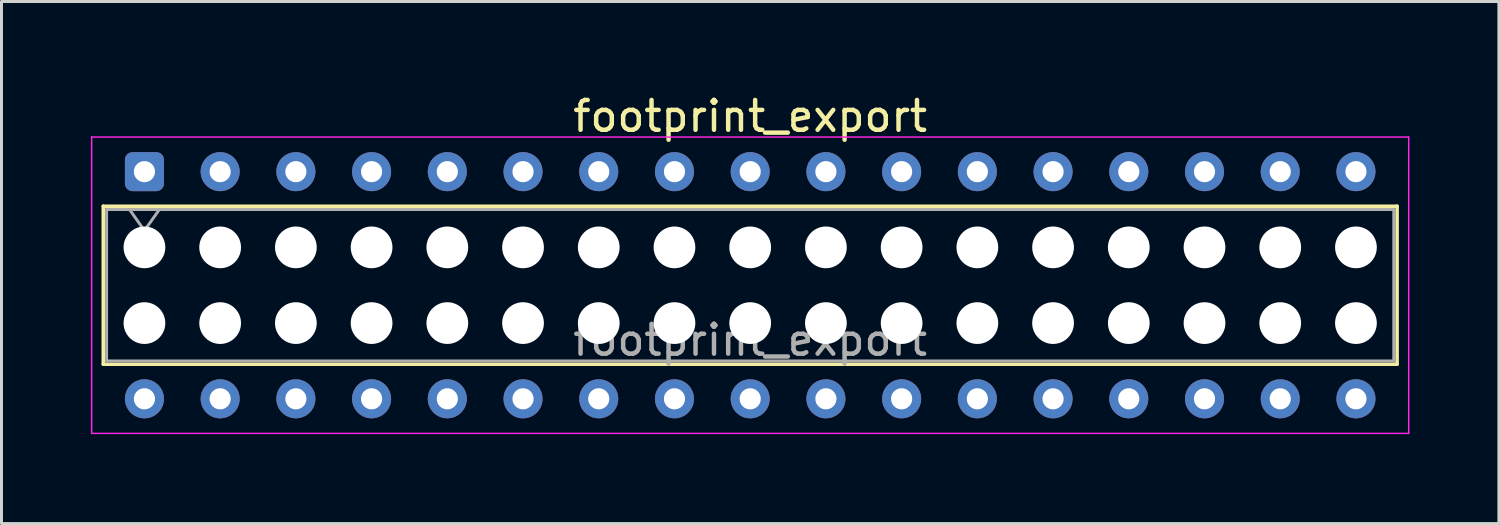
<source format=kicad_pcb>
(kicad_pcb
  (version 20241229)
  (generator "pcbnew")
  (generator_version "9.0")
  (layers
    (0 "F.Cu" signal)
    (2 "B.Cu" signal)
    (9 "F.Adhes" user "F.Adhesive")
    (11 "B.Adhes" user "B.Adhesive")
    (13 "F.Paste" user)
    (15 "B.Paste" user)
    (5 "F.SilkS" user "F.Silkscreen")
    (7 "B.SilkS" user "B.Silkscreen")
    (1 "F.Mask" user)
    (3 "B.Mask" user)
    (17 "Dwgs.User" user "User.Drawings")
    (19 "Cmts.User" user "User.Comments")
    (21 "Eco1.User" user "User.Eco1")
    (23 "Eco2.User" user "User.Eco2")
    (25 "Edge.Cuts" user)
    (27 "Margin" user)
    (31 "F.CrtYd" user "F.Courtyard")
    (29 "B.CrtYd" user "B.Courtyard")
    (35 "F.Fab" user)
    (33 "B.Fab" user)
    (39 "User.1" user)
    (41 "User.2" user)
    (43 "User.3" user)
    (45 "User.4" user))
  (footprint "footprint_export"
    (layer "F.Cu")
    (at 1.795 2.708)
    (property "Reference" "footprint_export" (at 20.32 -1.86 0) (layer "F.SilkS") (effects (font (size 1 1) (thickness 0.15))))
    (attr through_hole)
    (fp_line (start -1.38 1.16) (end 42.02 1.16) (stroke (width 0.12) (type solid)) (layer "F.SilkS"))
    (fp_line (start -1.38 6.46) (end -1.38 1.16) (stroke (width 0.12) (type solid)) (layer "F.SilkS"))
    (fp_line (start 42.02 1.16) (end 42.02 6.46) (stroke (width 0.12) (type solid)) (layer "F.SilkS"))
    (fp_line (start 42.02 6.46) (end -1.38 6.46) (stroke (width 0.12) (type solid)) (layer "F.SilkS"))
    (fp_line (start -1.77 -1.16) (end 42.41 -1.16) (stroke (width 0.05) (type solid)) (layer "F.CrtYd"))
    (fp_line (start -1.77 8.78) (end -1.77 -1.16) (stroke (width 0.05) (type solid)) (layer "F.CrtYd"))
    (fp_line (start 42.41 -1.16) (end 42.41 8.78) (stroke (width 0.05) (type solid)) (layer "F.CrtYd"))
    (fp_line (start 42.41 8.78) (end -1.77 8.78) (stroke (width 0.05) (type solid)) (layer "F.CrtYd"))
    (fp_line (start -1.27 1.27) (end 41.91 1.27) (stroke (width 0.1) (type solid)) (layer "F.Fab"))
    (fp_line (start -1.27 6.35) (end -1.27 1.27) (stroke (width 0.1) (type solid)) (layer "F.Fab"))
    (fp_line (start -0.5 1.27) (end 0 1.977) (stroke (width 0.1) (type solid)) (layer "F.Fab"))
    (fp_line (start 0 1.977) (end 0.5 1.27) (stroke (width 0.1) (type solid)) (layer "F.Fab"))
    (fp_line (start 41.91 1.27) (end 41.91 6.35) (stroke (width 0.1) (type solid)) (layer "F.Fab"))
    (fp_line (start 41.91 6.35) (end -1.27 6.35) (stroke (width 0.1) (type solid)) (layer "F.Fab"))
    (fp_text user "${REFERENCE}" (at 20.32 5.65 0) (layer "F.Fab") (effects (font (size 1 1) (thickness 0.15))))
    (pad "" np_thru_hole circle (at 0 2.54) (size 1.4 1.4) (drill 1.4) (layers "*.Cu" "*.Mask"))
    (pad "" np_thru_hole circle (at 0 5.08) (size 1.4 1.4) (drill 1.4) (layers "*.Cu" "*.Mask"))
    (pad "" np_thru_hole circle (at 2.54 2.54) (size 1.4 1.4) (drill 1.4) (layers "*.Cu" "*.Mask"))
    (pad "" np_thru_hole circle (at 2.54 5.08) (size 1.4 1.4) (drill 1.4) (layers "*.Cu" "*.Mask"))
    (pad "" np_thru_hole circle (at 5.08 2.54) (size 1.4 1.4) (drill 1.4) (layers "*.Cu" "*.Mask"))
    (pad "" np_thru_hole circle (at 5.08 5.08) (size 1.4 1.4) (drill 1.4) (layers "*.Cu" "*.Mask"))
    (pad "" np_thru_hole circle (at 7.62 2.54) (size 1.4 1.4) (drill 1.4) (layers "*.Cu" "*.Mask"))
    (pad "" np_thru_hole circle (at 7.62 5.08) (size 1.4 1.4) (drill 1.4) (layers "*.Cu" "*.Mask"))
    (pad "" np_thru_hole circle (at 10.16 2.54) (size 1.4 1.4) (drill 1.4) (layers "*.Cu" "*.Mask"))
    (pad "" np_thru_hole circle (at 10.16 5.08) (size 1.4 1.4) (drill 1.4) (layers "*.Cu" "*.Mask"))
    (pad "" np_thru_hole circle (at 12.7 2.54) (size 1.4 1.4) (drill 1.4) (layers "*.Cu" "*.Mask"))
    (pad "" np_thru_hole circle (at 12.7 5.08) (size 1.4 1.4) (drill 1.4) (layers "*.Cu" "*.Mask"))
    (pad "" np_thru_hole circle (at 15.24 2.54) (size 1.4 1.4) (drill 1.4) (layers "*.Cu" "*.Mask"))
    (pad "" np_thru_hole circle (at 15.24 5.08) (size 1.4 1.4) (drill 1.4) (layers "*.Cu" "*.Mask"))
    (pad "" np_thru_hole circle (at 17.78 2.54) (size 1.4 1.4) (drill 1.4) (layers "*.Cu" "*.Mask"))
    (pad "" np_thru_hole circle (at 17.78 5.08) (size 1.4 1.4) (drill 1.4) (layers "*.Cu" "*.Mask"))
    (pad "" np_thru_hole circle (at 20.32 2.54) (size 1.4 1.4) (drill 1.4) (layers "*.Cu" "*.Mask"))
    (pad "" np_thru_hole circle (at 20.32 5.08) (size 1.4 1.4) (drill 1.4) (layers "*.Cu" "*.Mask"))
    (pad "" np_thru_hole circle (at 22.86 2.54) (size 1.4 1.4) (drill 1.4) (layers "*.Cu" "*.Mask"))
    (pad "" np_thru_hole circle (at 22.86 5.08) (size 1.4 1.4) (drill 1.4) (layers "*.Cu" "*.Mask"))
    (pad "" np_thru_hole circle (at 25.4 2.54) (size 1.4 1.4) (drill 1.4) (layers "*.Cu" "*.Mask"))
    (pad "" np_thru_hole circle (at 25.4 5.08) (size 1.4 1.4) (drill 1.4) (layers "*.Cu" "*.Mask"))
    (pad "" np_thru_hole circle (at 27.94 2.54) (size 1.4 1.4) (drill 1.4) (layers "*.Cu" "*.Mask"))
    (pad "" np_thru_hole circle (at 27.94 5.08) (size 1.4 1.4) (drill 1.4) (layers "*.Cu" "*.Mask"))
    (pad "" np_thru_hole circle (at 30.48 2.54) (size 1.4 1.4) (drill 1.4) (layers "*.Cu" "*.Mask"))
    (pad "" np_thru_hole circle (at 30.48 5.08) (size 1.4 1.4) (drill 1.4) (layers "*.Cu" "*.Mask"))
    (pad "" np_thru_hole circle (at 33.02 2.54) (size 1.4 1.4) (drill 1.4) (layers "*.Cu" "*.Mask"))
    (pad "" np_thru_hole circle (at 33.02 5.08) (size 1.4 1.4) (drill 1.4) (layers "*.Cu" "*.Mask"))
    (pad "" np_thru_hole circle (at 35.56 2.54) (size 1.4 1.4) (drill 1.4) (layers "*.Cu" "*.Mask"))
    (pad "" np_thru_hole circle (at 35.56 5.08) (size 1.4 1.4) (drill 1.4) (layers "*.Cu" "*.Mask"))
    (pad "" np_thru_hole circle (at 38.1 2.54) (size 1.4 1.4) (drill 1.4) (layers "*.Cu" "*.Mask"))
    (pad "" np_thru_hole circle (at 38.1 5.08) (size 1.4 1.4) (drill 1.4) (layers "*.Cu" "*.Mask"))
    (pad "" np_thru_hole circle (at 40.64 2.54) (size 1.4 1.4) (drill 1.4) (layers "*.Cu" "*.Mask"))
    (pad "" np_thru_hole circle (at 40.64 5.08) (size 1.4 1.4) (drill 1.4) (layers "*.Cu" "*.Mask"))
    (pad "1" thru_hole roundrect (at 0 0) (size 1.31 1.31) (drill 0.71) (layers "*.Cu" "*.Mask") (roundrect_rratio 0.191))
    (pad "2" thru_hole circle (at 0 7.62) (size 1.31 1.31) (drill 0.71) (layers "*.Cu" "*.Mask"))
    (pad "3" thru_hole circle (at 2.54 0) (size 1.31 1.31) (drill 0.71) (layers "*.Cu" "*.Mask"))
    (pad "4" thru_hole circle (at 2.54 7.62) (size 1.31 1.31) (drill 0.71) (layers "*.Cu" "*.Mask"))
    (pad "5" thru_hole circle (at 5.08 0) (size 1.31 1.31) (drill 0.71) (layers "*.Cu" "*.Mask"))
    (pad "6" thru_hole circle (at 5.08 7.62) (size 1.31 1.31) (drill 0.71) (layers "*.Cu" "*.Mask"))
    (pad "7" thru_hole circle (at 7.62 0) (size 1.31 1.31) (drill 0.71) (layers "*.Cu" "*.Mask"))
    (pad "8" thru_hole circle (at 7.62 7.62) (size 1.31 1.31) (drill 0.71) (layers "*.Cu" "*.Mask"))
    (pad "9" thru_hole circle (at 10.16 0) (size 1.31 1.31) (drill 0.71) (layers "*.Cu" "*.Mask"))
    (pad "10" thru_hole circle (at 10.16 7.62) (size 1.31 1.31) (drill 0.71) (layers "*.Cu" "*.Mask"))
    (pad "11" thru_hole circle (at 12.7 0) (size 1.31 1.31) (drill 0.71) (layers "*.Cu" "*.Mask"))
    (pad "12" thru_hole circle (at 12.7 7.62) (size 1.31 1.31) (drill 0.71) (layers "*.Cu" "*.Mask"))
    (pad "13" thru_hole circle (at 15.24 0) (size 1.31 1.31) (drill 0.71) (layers "*.Cu" "*.Mask"))
    (pad "14" thru_hole circle (at 15.24 7.62) (size 1.31 1.31) (drill 0.71) (layers "*.Cu" "*.Mask"))
    (pad "15" thru_hole circle (at 17.78 0) (size 1.31 1.31) (drill 0.71) (layers "*.Cu" "*.Mask"))
    (pad "16" thru_hole circle (at 17.78 7.62) (size 1.31 1.31) (drill 0.71) (layers "*.Cu" "*.Mask"))
    (pad "17" thru_hole circle (at 20.32 0) (size 1.31 1.31) (drill 0.71) (layers "*.Cu" "*.Mask"))
    (pad "18" thru_hole circle (at 20.32 7.62) (size 1.31 1.31) (drill 0.71) (layers "*.Cu" "*.Mask"))
    (pad "19" thru_hole circle (at 22.86 0) (size 1.31 1.31) (drill 0.71) (layers "*.Cu" "*.Mask"))
    (pad "20" thru_hole circle (at 22.86 7.62) (size 1.31 1.31) (drill 0.71) (layers "*.Cu" "*.Mask"))
    (pad "21" thru_hole circle (at 25.4 0) (size 1.31 1.31) (drill 0.71) (layers "*.Cu" "*.Mask"))
    (pad "22" thru_hole circle (at 25.4 7.62) (size 1.31 1.31) (drill 0.71) (layers "*.Cu" "*.Mask"))
    (pad "23" thru_hole circle (at 27.94 0) (size 1.31 1.31) (drill 0.71) (layers "*.Cu" "*.Mask"))
    (pad "24" thru_hole circle (at 27.94 7.62) (size 1.31 1.31) (drill 0.71) (layers "*.Cu" "*.Mask"))
    (pad "25" thru_hole circle (at 30.48 0) (size 1.31 1.31) (drill 0.71) (layers "*.Cu" "*.Mask"))
    (pad "26" thru_hole circle (at 30.48 7.62) (size 1.31 1.31) (drill 0.71) (layers "*.Cu" "*.Mask"))
    (pad "27" thru_hole circle (at 33.02 0) (size 1.31 1.31) (drill 0.71) (layers "*.Cu" "*.Mask"))
    (pad "28" thru_hole circle (at 33.02 7.62) (size 1.31 1.31) (drill 0.71) (layers "*.Cu" "*.Mask"))
    (pad "29" thru_hole circle (at 35.56 0) (size 1.31 1.31) (drill 0.71) (layers "*.Cu" "*.Mask"))
    (pad "30" thru_hole circle (at 35.56 7.62) (size 1.31 1.31) (drill 0.71) (layers "*.Cu" "*.Mask"))
    (pad "31" thru_hole circle (at 38.1 0) (size 1.31 1.31) (drill 0.71) (layers "*.Cu" "*.Mask"))
    (pad "32" thru_hole circle (at 38.1 7.62) (size 1.31 1.31) (drill 0.71) (layers "*.Cu" "*.Mask"))
    (pad "33" thru_hole circle (at 40.64 0) (size 1.31 1.31) (drill 0.71) (layers "*.Cu" "*.Mask"))
    (pad "34" thru_hole circle (at 40.64 7.62) (size 1.31 1.31) (drill 0.71) (layers "*.Cu" "*.Mask")))
  (gr_rect
    (start -3 -3)
    (end 47.23 14.513)
    (stroke (width 0.1) (type default))
    (fill no)
    (layer "Edge.Cuts")))
</source>
